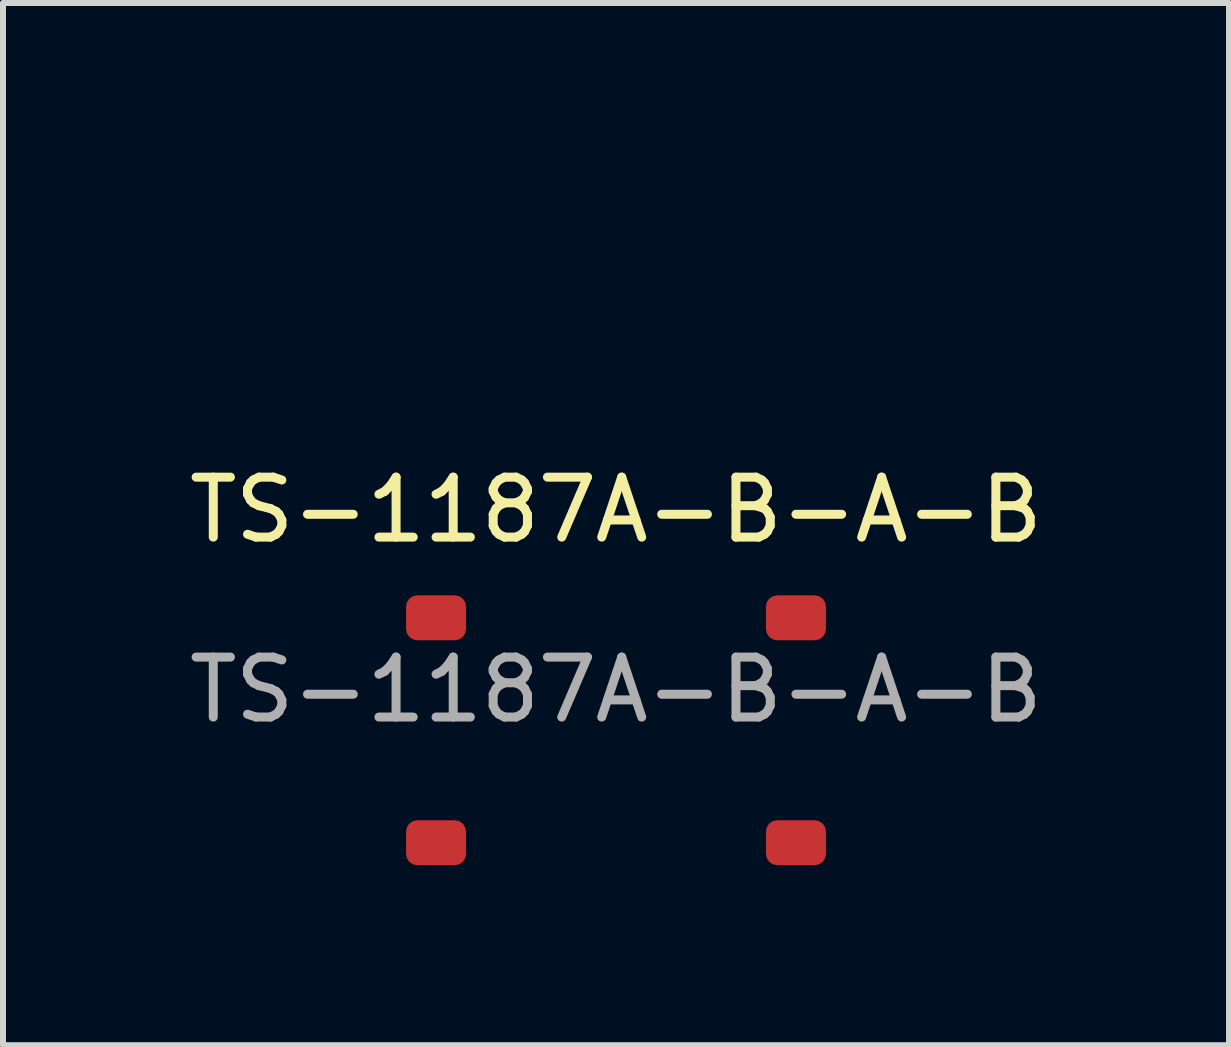
<source format=kicad_pcb>
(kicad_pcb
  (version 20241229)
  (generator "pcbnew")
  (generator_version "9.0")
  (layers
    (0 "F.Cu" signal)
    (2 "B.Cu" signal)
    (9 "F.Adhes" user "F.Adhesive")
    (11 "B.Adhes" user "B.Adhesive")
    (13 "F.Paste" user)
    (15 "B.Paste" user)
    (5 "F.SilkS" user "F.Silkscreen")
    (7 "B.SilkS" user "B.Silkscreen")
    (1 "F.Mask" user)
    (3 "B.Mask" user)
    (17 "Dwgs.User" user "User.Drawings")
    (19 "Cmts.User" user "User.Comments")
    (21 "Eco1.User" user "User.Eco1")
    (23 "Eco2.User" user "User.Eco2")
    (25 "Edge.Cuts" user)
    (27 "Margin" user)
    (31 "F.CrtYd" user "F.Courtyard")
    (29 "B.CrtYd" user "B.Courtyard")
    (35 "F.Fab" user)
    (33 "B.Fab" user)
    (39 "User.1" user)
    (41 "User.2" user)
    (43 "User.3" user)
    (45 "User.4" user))
  (footprint "TS-1187A-B-A-B"
    (layer "F.Cu")
    (at 7.22 0.25)
    (property "Reference" "TS-1187A-B-A-B" (at 0 5.2 0) (unlocked yes) (layer "F.SilkS") (effects (font (size 1 1) (thickness 0.15))))
    (attr smd)
    (fp_text user "${REFERENCE}" (at 0 8.2 0) (unlocked yes) (layer "F.Fab") (effects (font (size 1 1) (thickness 0.15))))
    (pad "1" smd roundrect (at -3 7) (size 1 0.75) (layers "F.Cu" "F.Mask" "F.Paste") (roundrect_rratio 0.25))
    (pad "2" smd roundrect (at 3 7) (size 1 0.75) (layers "F.Cu" "F.Mask" "F.Paste") (roundrect_rratio 0.25))
    (pad "3" smd roundrect (at 3 10.75) (size 1 0.75) (layers "F.Cu" "F.Mask" "F.Paste") (roundrect_rratio 0.25))
    (pad "4" smd roundrect (at -3 10.75) (size 1 0.75) (layers "F.Cu" "F.Mask" "F.Paste") (roundrect_rratio 0.25)))
  (gr_rect
    (start -3 -3)
    (end 17.44 14.375)
    (stroke (width 0.1) (type default))
    (fill no)
    (layer "Edge.Cuts")))
</source>
